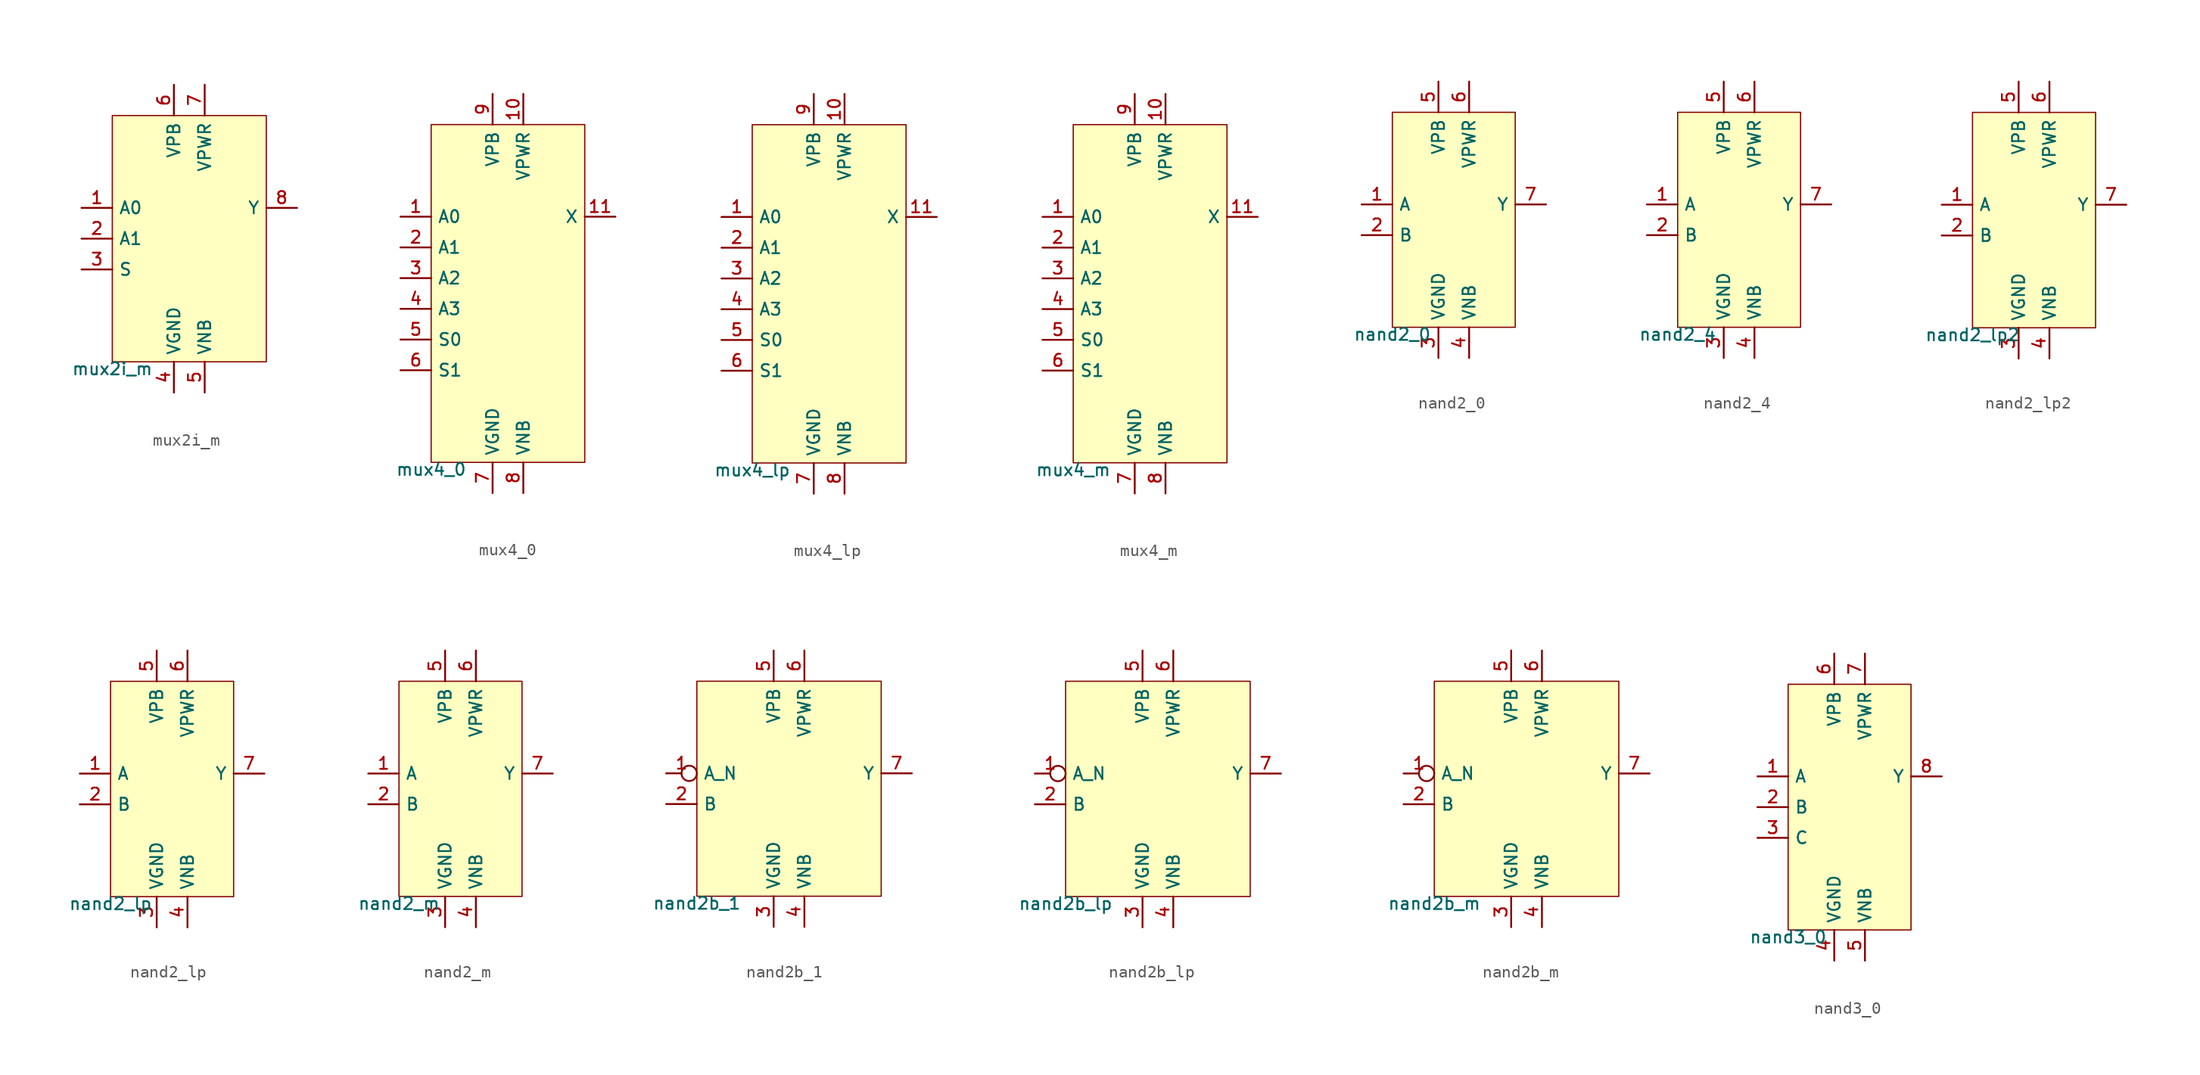
<source format=kicad_sym>
(kicad_symbol_lib
  (version 20211014)
  (generator pdk2kicad)
  (symbol "mux2i_m"
    (property "Reference" "X"
      (at 0 0 0)
      (effects (font (size 1 1)) hide))
    (property "Value" "mux2i_m"
      (at -6.35 -10.16 0)
      (effects (font (size 1 1)) (justify top)))
    (rectangle
      (start -6.35 -10.16)
      (end 6.35 10.16)
      (stroke (width 0.1) (type solid) (color 0 0 0 0))
      (fill (type background)))
    (pin input line
      (at -8.89 2.54 0)
      (length 2.54)
      (name "A0" (effects (font (size 1 1)) hide))
      (number "1" (effects (font (size 1 1)) hide)))
    (pin input line
      (at -8.89 0.0 0)
      (length 2.54)
      (name "A1" (effects (font (size 1 1)) hide))
      (number "2" (effects (font (size 1 1)) hide)))
    (pin input line
      (at -8.89 -2.54 0)
      (length 2.54)
      (name "S" (effects (font (size 1 1)) hide))
      (number "3" (effects (font (size 1 1)) hide)))
    (pin power_in line
      (at -1.27 -12.7 90)
      (length 2.54)
      (name "VGND" (effects (font (size 1 1)) hide))
      (number "4" (effects (font (size 1 1)) hide)))
    (pin power_in line
      (at 1.27 -12.7 90)
      (length 2.54)
      (name "VNB" (effects (font (size 1 1)) hide))
      (number "5" (effects (font (size 1 1)) hide)))
    (pin power_in line
      (at -1.27 12.7 270)
      (length 2.54)
      (name "VPB" (effects (font (size 1 1)) hide))
      (number "6" (effects (font (size 1 1)) hide)))
    (pin power_in line
      (at 1.27 12.7 270)
      (length 2.54)
      (name "VPWR" (effects (font (size 1 1)) hide))
      (number "7" (effects (font (size 1 1)) hide)))
    (pin output line
      (at 8.89 2.54 180)
      (length 2.54)
      (name "Y" (effects (font (size 1 1)) hide))
      (number "8" (effects (font (size 1 1)) hide))))
  (symbol "mux4_0"
    (property "Reference" "X"
      (at 0 0 0)
      (effects (font (size 1 1)) hide))
    (property "Value" "mux4_0"
      (at -6.35 -13.97 0)
      (effects (font (size 1 1)) (justify top)))
    (rectangle
      (start -6.35 -13.97)
      (end 6.35 13.97)
      (stroke (width 0.1) (type solid) (color 0 0 0 0))
      (fill (type background)))
    (pin input line
      (at -8.89 6.35 0)
      (length 2.54)
      (name "A0" (effects (font (size 1 1)) hide))
      (number "1" (effects (font (size 1 1)) hide)))
    (pin input line
      (at -8.89 3.81 0)
      (length 2.54)
      (name "A1" (effects (font (size 1 1)) hide))
      (number "2" (effects (font (size 1 1)) hide)))
    (pin input line
      (at -8.89 1.27 0)
      (length 2.54)
      (name "A2" (effects (font (size 1 1)) hide))
      (number "3" (effects (font (size 1 1)) hide)))
    (pin input line
      (at -8.89 -1.27 0)
      (length 2.54)
      (name "A3" (effects (font (size 1 1)) hide))
      (number "4" (effects (font (size 1 1)) hide)))
    (pin input line
      (at -8.89 -3.81 0)
      (length 2.54)
      (name "S0" (effects (font (size 1 1)) hide))
      (number "5" (effects (font (size 1 1)) hide)))
    (pin input line
      (at -8.89 -6.35 0)
      (length 2.54)
      (name "S1" (effects (font (size 1 1)) hide))
      (number "6" (effects (font (size 1 1)) hide)))
    (pin power_in line
      (at -1.27 -16.51 90)
      (length 2.54)
      (name "VGND" (effects (font (size 1 1)) hide))
      (number "7" (effects (font (size 1 1)) hide)))
    (pin power_in line
      (at 1.27 -16.51 90)
      (length 2.54)
      (name "VNB" (effects (font (size 1 1)) hide))
      (number "8" (effects (font (size 1 1)) hide)))
    (pin power_in line
      (at -1.27 16.51 270)
      (length 2.54)
      (name "VPB" (effects (font (size 1 1)) hide))
      (number "9" (effects (font (size 1 1)) hide)))
    (pin power_in line
      (at 1.27 16.51 270)
      (length 2.54)
      (name "VPWR" (effects (font (size 1 1)) hide))
      (number "10" (effects (font (size 1 1)) hide)))
    (pin output line
      (at 8.89 6.35 180)
      (length 2.54)
      (name "X" (effects (font (size 1 1)) hide))
      (number "11" (effects (font (size 1 1)) hide))))
  (symbol "mux4_lp"
    (property "Reference" "X"
      (at 0 0 0)
      (effects (font (size 1 1)) hide))
    (property "Value" "mux4_lp"
      (at -6.35 -13.97 0)
      (effects (font (size 1 1)) (justify top)))
    (rectangle
      (start -6.35 -13.97)
      (end 6.35 13.97)
      (stroke (width 0.1) (type solid) (color 0 0 0 0))
      (fill (type background)))
    (pin input line
      (at -8.89 6.35 0)
      (length 2.54)
      (name "A0" (effects (font (size 1 1)) hide))
      (number "1" (effects (font (size 1 1)) hide)))
    (pin input line
      (at -8.89 3.81 0)
      (length 2.54)
      (name "A1" (effects (font (size 1 1)) hide))
      (number "2" (effects (font (size 1 1)) hide)))
    (pin input line
      (at -8.89 1.27 0)
      (length 2.54)
      (name "A2" (effects (font (size 1 1)) hide))
      (number "3" (effects (font (size 1 1)) hide)))
    (pin input line
      (at -8.89 -1.27 0)
      (length 2.54)
      (name "A3" (effects (font (size 1 1)) hide))
      (number "4" (effects (font (size 1 1)) hide)))
    (pin input line
      (at -8.89 -3.81 0)
      (length 2.54)
      (name "S0" (effects (font (size 1 1)) hide))
      (number "5" (effects (font (size 1 1)) hide)))
    (pin input line
      (at -8.89 -6.35 0)
      (length 2.54)
      (name "S1" (effects (font (size 1 1)) hide))
      (number "6" (effects (font (size 1 1)) hide)))
    (pin power_in line
      (at -1.27 -16.51 90)
      (length 2.54)
      (name "VGND" (effects (font (size 1 1)) hide))
      (number "7" (effects (font (size 1 1)) hide)))
    (pin power_in line
      (at 1.27 -16.51 90)
      (length 2.54)
      (name "VNB" (effects (font (size 1 1)) hide))
      (number "8" (effects (font (size 1 1)) hide)))
    (pin power_in line
      (at -1.27 16.51 270)
      (length 2.54)
      (name "VPB" (effects (font (size 1 1)) hide))
      (number "9" (effects (font (size 1 1)) hide)))
    (pin power_in line
      (at 1.27 16.51 270)
      (length 2.54)
      (name "VPWR" (effects (font (size 1 1)) hide))
      (number "10" (effects (font (size 1 1)) hide)))
    (pin output line
      (at 8.89 6.35 180)
      (length 2.54)
      (name "X" (effects (font (size 1 1)) hide))
      (number "11" (effects (font (size 1 1)) hide))))
  (symbol "mux4_m"
    (property "Reference" "X"
      (at 0 0 0)
      (effects (font (size 1 1)) hide))
    (property "Value" "mux4_m"
      (at -6.35 -13.97 0)
      (effects (font (size 1 1)) (justify top)))
    (rectangle
      (start -6.35 -13.97)
      (end 6.35 13.97)
      (stroke (width 0.1) (type solid) (color 0 0 0 0))
      (fill (type background)))
    (pin input line
      (at -8.89 6.35 0)
      (length 2.54)
      (name "A0" (effects (font (size 1 1)) hide))
      (number "1" (effects (font (size 1 1)) hide)))
    (pin input line
      (at -8.89 3.81 0)
      (length 2.54)
      (name "A1" (effects (font (size 1 1)) hide))
      (number "2" (effects (font (size 1 1)) hide)))
    (pin input line
      (at -8.89 1.27 0)
      (length 2.54)
      (name "A2" (effects (font (size 1 1)) hide))
      (number "3" (effects (font (size 1 1)) hide)))
    (pin input line
      (at -8.89 -1.27 0)
      (length 2.54)
      (name "A3" (effects (font (size 1 1)) hide))
      (number "4" (effects (font (size 1 1)) hide)))
    (pin input line
      (at -8.89 -3.81 0)
      (length 2.54)
      (name "S0" (effects (font (size 1 1)) hide))
      (number "5" (effects (font (size 1 1)) hide)))
    (pin input line
      (at -8.89 -6.35 0)
      (length 2.54)
      (name "S1" (effects (font (size 1 1)) hide))
      (number "6" (effects (font (size 1 1)) hide)))
    (pin power_in line
      (at -1.27 -16.51 90)
      (length 2.54)
      (name "VGND" (effects (font (size 1 1)) hide))
      (number "7" (effects (font (size 1 1)) hide)))
    (pin power_in line
      (at 1.27 -16.51 90)
      (length 2.54)
      (name "VNB" (effects (font (size 1 1)) hide))
      (number "8" (effects (font (size 1 1)) hide)))
    (pin power_in line
      (at -1.27 16.51 270)
      (length 2.54)
      (name "VPB" (effects (font (size 1 1)) hide))
      (number "9" (effects (font (size 1 1)) hide)))
    (pin power_in line
      (at 1.27 16.51 270)
      (length 2.54)
      (name "VPWR" (effects (font (size 1 1)) hide))
      (number "10" (effects (font (size 1 1)) hide)))
    (pin output line
      (at 8.89 6.35 180)
      (length 2.54)
      (name "X" (effects (font (size 1 1)) hide))
      (number "11" (effects (font (size 1 1)) hide))))
  (symbol "nand2_0"
    (property "Reference" "X"
      (at 0 0 0)
      (effects (font (size 1 1)) hide))
    (property "Value" "nand2_0"
      (at -5.08 -8.89 0)
      (effects (font (size 1 1)) (justify top)))
    (rectangle
      (start -5.08 -8.89)
      (end 5.08 8.89)
      (stroke (width 0.1) (type solid) (color 0 0 0 0))
      (fill (type background)))
    (pin input line
      (at -7.62 1.27 0)
      (length 2.54)
      (name "A" (effects (font (size 1 1)) hide))
      (number "1" (effects (font (size 1 1)) hide)))
    (pin input line
      (at -7.62 -1.27 0)
      (length 2.54)
      (name "B" (effects (font (size 1 1)) hide))
      (number "2" (effects (font (size 1 1)) hide)))
    (pin power_in line
      (at -1.27 -11.43 90)
      (length 2.54)
      (name "VGND" (effects (font (size 1 1)) hide))
      (number "3" (effects (font (size 1 1)) hide)))
    (pin power_in line
      (at 1.27 -11.43 90)
      (length 2.54)
      (name "VNB" (effects (font (size 1 1)) hide))
      (number "4" (effects (font (size 1 1)) hide)))
    (pin power_in line
      (at -1.27 11.43 270)
      (length 2.54)
      (name "VPB" (effects (font (size 1 1)) hide))
      (number "5" (effects (font (size 1 1)) hide)))
    (pin power_in line
      (at 1.27 11.43 270)
      (length 2.54)
      (name "VPWR" (effects (font (size 1 1)) hide))
      (number "6" (effects (font (size 1 1)) hide)))
    (pin output line
      (at 7.62 1.27 180)
      (length 2.54)
      (name "Y" (effects (font (size 1 1)) hide))
      (number "7" (effects (font (size 1 1)) hide))))
  (symbol "nand2_4"
    (property "Reference" "X"
      (at 0 0 0)
      (effects (font (size 1 1)) hide))
    (property "Value" "nand2_4"
      (at -5.08 -8.89 0)
      (effects (font (size 1 1)) (justify top)))
    (rectangle
      (start -5.08 -8.89)
      (end 5.08 8.89)
      (stroke (width 0.1) (type solid) (color 0 0 0 0))
      (fill (type background)))
    (pin input line
      (at -7.62 1.27 0)
      (length 2.54)
      (name "A" (effects (font (size 1 1)) hide))
      (number "1" (effects (font (size 1 1)) hide)))
    (pin input line
      (at -7.62 -1.27 0)
      (length 2.54)
      (name "B" (effects (font (size 1 1)) hide))
      (number "2" (effects (font (size 1 1)) hide)))
    (pin power_in line
      (at -1.27 -11.43 90)
      (length 2.54)
      (name "VGND" (effects (font (size 1 1)) hide))
      (number "3" (effects (font (size 1 1)) hide)))
    (pin power_in line
      (at 1.27 -11.43 90)
      (length 2.54)
      (name "VNB" (effects (font (size 1 1)) hide))
      (number "4" (effects (font (size 1 1)) hide)))
    (pin power_in line
      (at -1.27 11.43 270)
      (length 2.54)
      (name "VPB" (effects (font (size 1 1)) hide))
      (number "5" (effects (font (size 1 1)) hide)))
    (pin power_in line
      (at 1.27 11.43 270)
      (length 2.54)
      (name "VPWR" (effects (font (size 1 1)) hide))
      (number "6" (effects (font (size 1 1)) hide)))
    (pin output line
      (at 7.62 1.27 180)
      (length 2.54)
      (name "Y" (effects (font (size 1 1)) hide))
      (number "7" (effects (font (size 1 1)) hide))))
  (symbol "nand2_lp2"
    (property "Reference" "X"
      (at 0 0 0)
      (effects (font (size 1 1)) hide))
    (property "Value" "nand2_lp2"
      (at -5.08 -8.89 0)
      (effects (font (size 1 1)) (justify top)))
    (rectangle
      (start -5.08 -8.89)
      (end 5.08 8.89)
      (stroke (width 0.1) (type solid) (color 0 0 0 0))
      (fill (type background)))
    (pin input line
      (at -7.62 1.27 0)
      (length 2.54)
      (name "A" (effects (font (size 1 1)) hide))
      (number "1" (effects (font (size 1 1)) hide)))
    (pin input line
      (at -7.62 -1.27 0)
      (length 2.54)
      (name "B" (effects (font (size 1 1)) hide))
      (number "2" (effects (font (size 1 1)) hide)))
    (pin power_in line
      (at -1.27 -11.43 90)
      (length 2.54)
      (name "VGND" (effects (font (size 1 1)) hide))
      (number "3" (effects (font (size 1 1)) hide)))
    (pin power_in line
      (at 1.27 -11.43 90)
      (length 2.54)
      (name "VNB" (effects (font (size 1 1)) hide))
      (number "4" (effects (font (size 1 1)) hide)))
    (pin power_in line
      (at -1.27 11.43 270)
      (length 2.54)
      (name "VPB" (effects (font (size 1 1)) hide))
      (number "5" (effects (font (size 1 1)) hide)))
    (pin power_in line
      (at 1.27 11.43 270)
      (length 2.54)
      (name "VPWR" (effects (font (size 1 1)) hide))
      (number "6" (effects (font (size 1 1)) hide)))
    (pin output line
      (at 7.62 1.27 180)
      (length 2.54)
      (name "Y" (effects (font (size 1 1)) hide))
      (number "7" (effects (font (size 1 1)) hide))))
  (symbol "nand2_lp"
    (property "Reference" "X"
      (at 0 0 0)
      (effects (font (size 1 1)) hide))
    (property "Value" "nand2_lp"
      (at -5.08 -8.89 0)
      (effects (font (size 1 1)) (justify top)))
    (rectangle
      (start -5.08 -8.89)
      (end 5.08 8.89)
      (stroke (width 0.1) (type solid) (color 0 0 0 0))
      (fill (type background)))
    (pin input line
      (at -7.62 1.27 0)
      (length 2.54)
      (name "A" (effects (font (size 1 1)) hide))
      (number "1" (effects (font (size 1 1)) hide)))
    (pin input line
      (at -7.62 -1.27 0)
      (length 2.54)
      (name "B" (effects (font (size 1 1)) hide))
      (number "2" (effects (font (size 1 1)) hide)))
    (pin power_in line
      (at -1.27 -11.43 90)
      (length 2.54)
      (name "VGND" (effects (font (size 1 1)) hide))
      (number "3" (effects (font (size 1 1)) hide)))
    (pin power_in line
      (at 1.27 -11.43 90)
      (length 2.54)
      (name "VNB" (effects (font (size 1 1)) hide))
      (number "4" (effects (font (size 1 1)) hide)))
    (pin power_in line
      (at -1.27 11.43 270)
      (length 2.54)
      (name "VPB" (effects (font (size 1 1)) hide))
      (number "5" (effects (font (size 1 1)) hide)))
    (pin power_in line
      (at 1.27 11.43 270)
      (length 2.54)
      (name "VPWR" (effects (font (size 1 1)) hide))
      (number "6" (effects (font (size 1 1)) hide)))
    (pin output line
      (at 7.62 1.27 180)
      (length 2.54)
      (name "Y" (effects (font (size 1 1)) hide))
      (number "7" (effects (font (size 1 1)) hide))))
  (symbol "nand2_m"
    (property "Reference" "X"
      (at 0 0 0)
      (effects (font (size 1 1)) hide))
    (property "Value" "nand2_m"
      (at -5.08 -8.89 0)
      (effects (font (size 1 1)) (justify top)))
    (rectangle
      (start -5.08 -8.89)
      (end 5.08 8.89)
      (stroke (width 0.1) (type solid) (color 0 0 0 0))
      (fill (type background)))
    (pin input line
      (at -7.62 1.27 0)
      (length 2.54)
      (name "A" (effects (font (size 1 1)) hide))
      (number "1" (effects (font (size 1 1)) hide)))
    (pin input line
      (at -7.62 -1.27 0)
      (length 2.54)
      (name "B" (effects (font (size 1 1)) hide))
      (number "2" (effects (font (size 1 1)) hide)))
    (pin power_in line
      (at -1.27 -11.43 90)
      (length 2.54)
      (name "VGND" (effects (font (size 1 1)) hide))
      (number "3" (effects (font (size 1 1)) hide)))
    (pin power_in line
      (at 1.27 -11.43 90)
      (length 2.54)
      (name "VNB" (effects (font (size 1 1)) hide))
      (number "4" (effects (font (size 1 1)) hide)))
    (pin power_in line
      (at -1.27 11.43 270)
      (length 2.54)
      (name "VPB" (effects (font (size 1 1)) hide))
      (number "5" (effects (font (size 1 1)) hide)))
    (pin power_in line
      (at 1.27 11.43 270)
      (length 2.54)
      (name "VPWR" (effects (font (size 1 1)) hide))
      (number "6" (effects (font (size 1 1)) hide)))
    (pin output line
      (at 7.62 1.27 180)
      (length 2.54)
      (name "Y" (effects (font (size 1 1)) hide))
      (number "7" (effects (font (size 1 1)) hide))))
  (symbol "nand2b_1"
    (property "Reference" "X"
      (at 0 0 0)
      (effects (font (size 1 1)) hide))
    (property "Value" "nand2b_1"
      (at -7.62 -8.89 0)
      (effects (font (size 1 1)) (justify top)))
    (rectangle
      (start -7.62 -8.89)
      (end 7.62 8.89)
      (stroke (width 0.1) (type solid) (color 0 0 0 0))
      (fill (type background)))
    (pin input inverted
      (at -10.16 1.27 0)
      (length 2.54)
      (name "A_N" (effects (font (size 1 1)) hide))
      (number "1" (effects (font (size 1 1)) hide)))
    (pin input line
      (at -10.16 -1.27 0)
      (length 2.54)
      (name "B" (effects (font (size 1 1)) hide))
      (number "2" (effects (font (size 1 1)) hide)))
    (pin power_in line
      (at -1.27 -11.43 90)
      (length 2.54)
      (name "VGND" (effects (font (size 1 1)) hide))
      (number "3" (effects (font (size 1 1)) hide)))
    (pin power_in line
      (at 1.27 -11.43 90)
      (length 2.54)
      (name "VNB" (effects (font (size 1 1)) hide))
      (number "4" (effects (font (size 1 1)) hide)))
    (pin power_in line
      (at -1.27 11.43 270)
      (length 2.54)
      (name "VPB" (effects (font (size 1 1)) hide))
      (number "5" (effects (font (size 1 1)) hide)))
    (pin power_in line
      (at 1.27 11.43 270)
      (length 2.54)
      (name "VPWR" (effects (font (size 1 1)) hide))
      (number "6" (effects (font (size 1 1)) hide)))
    (pin output line
      (at 10.16 1.27 180)
      (length 2.54)
      (name "Y" (effects (font (size 1 1)) hide))
      (number "7" (effects (font (size 1 1)) hide))))
  (symbol "nand2b_lp"
    (property "Reference" "X"
      (at 0 0 0)
      (effects (font (size 1 1)) hide))
    (property "Value" "nand2b_lp"
      (at -7.62 -8.89 0)
      (effects (font (size 1 1)) (justify top)))
    (rectangle
      (start -7.62 -8.89)
      (end 7.62 8.89)
      (stroke (width 0.1) (type solid) (color 0 0 0 0))
      (fill (type background)))
    (pin input inverted
      (at -10.16 1.27 0)
      (length 2.54)
      (name "A_N" (effects (font (size 1 1)) hide))
      (number "1" (effects (font (size 1 1)) hide)))
    (pin input line
      (at -10.16 -1.27 0)
      (length 2.54)
      (name "B" (effects (font (size 1 1)) hide))
      (number "2" (effects (font (size 1 1)) hide)))
    (pin power_in line
      (at -1.27 -11.43 90)
      (length 2.54)
      (name "VGND" (effects (font (size 1 1)) hide))
      (number "3" (effects (font (size 1 1)) hide)))
    (pin power_in line
      (at 1.27 -11.43 90)
      (length 2.54)
      (name "VNB" (effects (font (size 1 1)) hide))
      (number "4" (effects (font (size 1 1)) hide)))
    (pin power_in line
      (at -1.27 11.43 270)
      (length 2.54)
      (name "VPB" (effects (font (size 1 1)) hide))
      (number "5" (effects (font (size 1 1)) hide)))
    (pin power_in line
      (at 1.27 11.43 270)
      (length 2.54)
      (name "VPWR" (effects (font (size 1 1)) hide))
      (number "6" (effects (font (size 1 1)) hide)))
    (pin output line
      (at 10.16 1.27 180)
      (length 2.54)
      (name "Y" (effects (font (size 1 1)) hide))
      (number "7" (effects (font (size 1 1)) hide))))
  (symbol "nand2b_m"
    (property "Reference" "X"
      (at 0 0 0)
      (effects (font (size 1 1)) hide))
    (property "Value" "nand2b_m"
      (at -7.62 -8.89 0)
      (effects (font (size 1 1)) (justify top)))
    (rectangle
      (start -7.62 -8.89)
      (end 7.62 8.89)
      (stroke (width 0.1) (type solid) (color 0 0 0 0))
      (fill (type background)))
    (pin input inverted
      (at -10.16 1.27 0)
      (length 2.54)
      (name "A_N" (effects (font (size 1 1)) hide))
      (number "1" (effects (font (size 1 1)) hide)))
    (pin input line
      (at -10.16 -1.27 0)
      (length 2.54)
      (name "B" (effects (font (size 1 1)) hide))
      (number "2" (effects (font (size 1 1)) hide)))
    (pin power_in line
      (at -1.27 -11.43 90)
      (length 2.54)
      (name "VGND" (effects (font (size 1 1)) hide))
      (number "3" (effects (font (size 1 1)) hide)))
    (pin power_in line
      (at 1.27 -11.43 90)
      (length 2.54)
      (name "VNB" (effects (font (size 1 1)) hide))
      (number "4" (effects (font (size 1 1)) hide)))
    (pin power_in line
      (at -1.27 11.43 270)
      (length 2.54)
      (name "VPB" (effects (font (size 1 1)) hide))
      (number "5" (effects (font (size 1 1)) hide)))
    (pin power_in line
      (at 1.27 11.43 270)
      (length 2.54)
      (name "VPWR" (effects (font (size 1 1)) hide))
      (number "6" (effects (font (size 1 1)) hide)))
    (pin output line
      (at 10.16 1.27 180)
      (length 2.54)
      (name "Y" (effects (font (size 1 1)) hide))
      (number "7" (effects (font (size 1 1)) hide))))
  (symbol "nand3_0"
    (property "Reference" "X"
      (at 0 0 0)
      (effects (font (size 1 1)) hide))
    (property "Value" "nand3_0"
      (at -5.08 -10.16 0)
      (effects (font (size 1 1)) (justify top)))
    (rectangle
      (start -5.08 -10.16)
      (end 5.08 10.16)
      (stroke (width 0.1) (type solid) (color 0 0 0 0))
      (fill (type background)))
    (pin input line
      (at -7.62 2.54 0)
      (length 2.54)
      (name "A" (effects (font (size 1 1)) hide))
      (number "1" (effects (font (size 1 1)) hide)))
    (pin input line
      (at -7.62 0.0 0)
      (length 2.54)
      (name "B" (effects (font (size 1 1)) hide))
      (number "2" (effects (font (size 1 1)) hide)))
    (pin input line
      (at -7.62 -2.54 0)
      (length 2.54)
      (name "C" (effects (font (size 1 1)) hide))
      (number "3" (effects (font (size 1 1)) hide)))
    (pin power_in line
      (at -1.27 -12.7 90)
      (length 2.54)
      (name "VGND" (effects (font (size 1 1)) hide))
      (number "4" (effects (font (size 1 1)) hide)))
    (pin power_in line
      (at 1.27 -12.7 90)
      (length 2.54)
      (name "VNB" (effects (font (size 1 1)) hide))
      (number "5" (effects (font (size 1 1)) hide)))
    (pin power_in line
      (at -1.27 12.7 270)
      (length 2.54)
      (name "VPB" (effects (font (size 1 1)) hide))
      (number "6" (effects (font (size 1 1)) hide)))
    (pin power_in line
      (at 1.27 12.7 270)
      (length 2.54)
      (name "VPWR" (effects (font (size 1 1)) hide))
      (number "7" (effects (font (size 1 1)) hide)))
    (pin output line
      (at 7.62 2.54 180)
      (length 2.54)
      (name "Y" (effects (font (size 1 1)) hide))
      (number "8" (effects (font (size 1 1)) hide)))))
</source>
